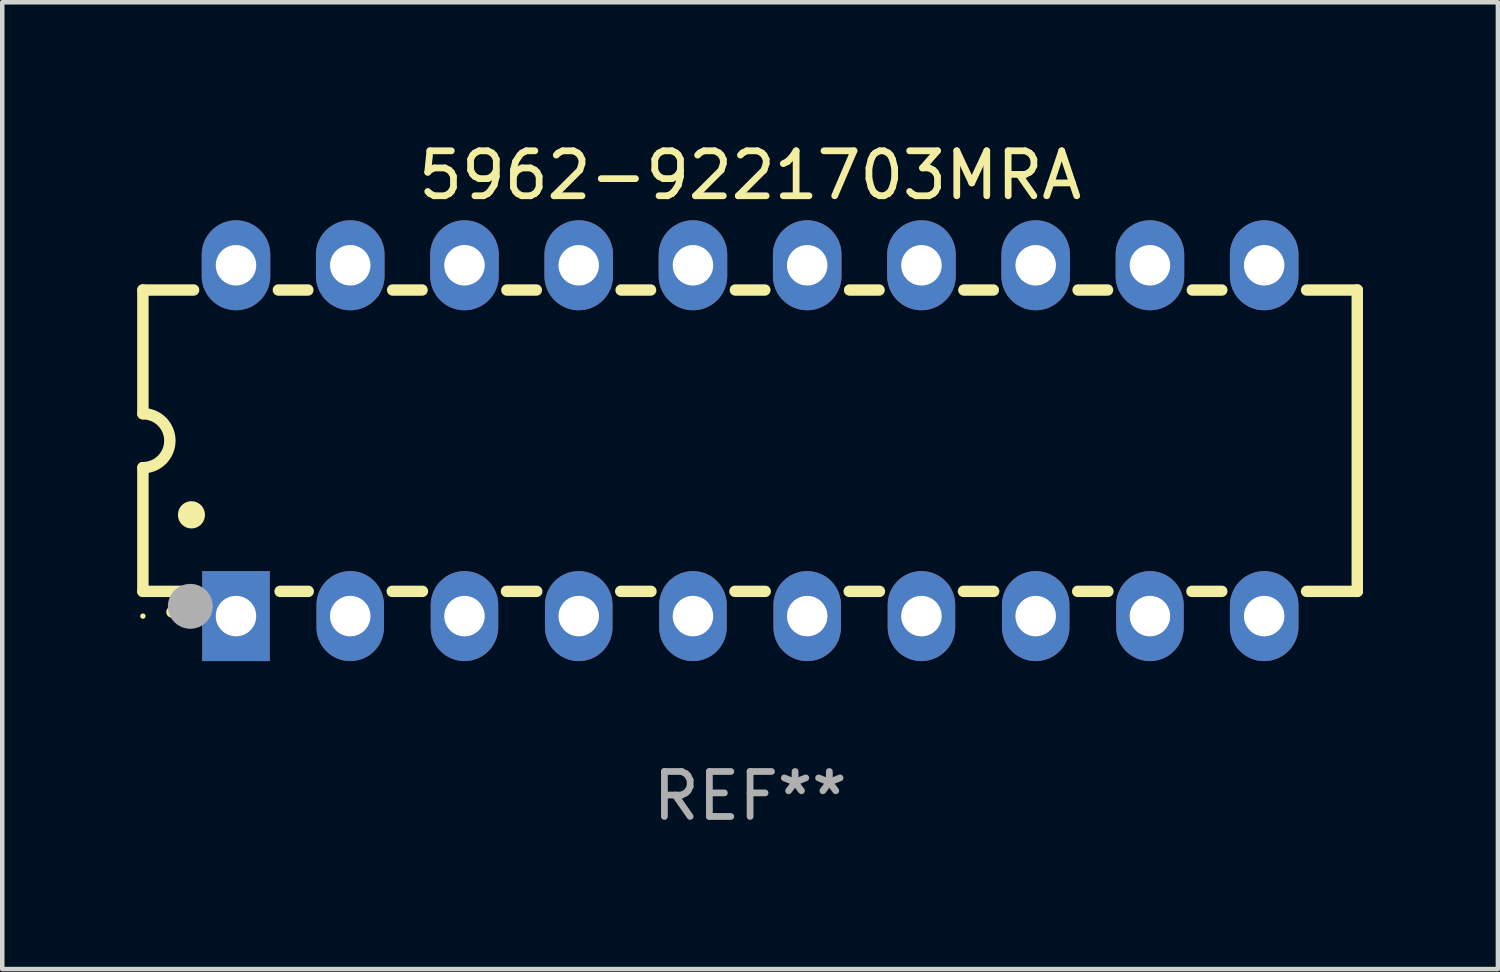
<source format=kicad_pcb>
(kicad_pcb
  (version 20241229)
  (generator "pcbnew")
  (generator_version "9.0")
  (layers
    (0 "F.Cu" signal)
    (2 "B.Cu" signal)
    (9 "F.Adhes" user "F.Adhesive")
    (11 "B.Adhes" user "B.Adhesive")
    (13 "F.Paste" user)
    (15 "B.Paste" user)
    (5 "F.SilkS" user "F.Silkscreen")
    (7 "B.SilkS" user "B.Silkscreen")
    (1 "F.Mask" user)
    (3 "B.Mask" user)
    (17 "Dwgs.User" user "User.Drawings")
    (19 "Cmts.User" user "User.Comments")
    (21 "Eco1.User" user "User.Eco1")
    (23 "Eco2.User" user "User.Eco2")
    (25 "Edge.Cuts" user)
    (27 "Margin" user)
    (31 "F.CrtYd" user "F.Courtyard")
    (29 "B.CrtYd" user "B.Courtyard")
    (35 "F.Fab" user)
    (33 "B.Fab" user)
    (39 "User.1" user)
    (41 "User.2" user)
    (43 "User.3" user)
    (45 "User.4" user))
  (footprint "5962-9221703MRA"
    (layer "F.Cu")
    (at 13.627 6.748)
    (property "Reference" "5962-9221703MRA" (at 0 -5.9 0) (layer "F.SilkS") (effects (font (size 1 1) (thickness 0.15))))
    (attr through_hole)
    (fp_line (start -13.5 -3.35) (end -12.373 -3.35) (stroke (width 0.254) (type solid)) (layer "F.SilkS"))
    (fp_line (start -13.5 -0.6) (end -13.5 -3.35) (stroke (width 0.254) (type solid)) (layer "F.SilkS"))
    (fp_line (start -13.5 3.35) (end -13.5 0.6) (stroke (width 0.254) (type solid)) (layer "F.SilkS"))
    (fp_line (start -13.5 3.35) (end -12.411 3.35) (stroke (width 0.254) (type solid)) (layer "F.SilkS"))
    (fp_line (start -10.487 -3.35) (end -9.833 -3.35) (stroke (width 0.254) (type solid)) (layer "F.SilkS"))
    (fp_line (start -10.449 3.35) (end -9.824 3.35) (stroke (width 0.254) (type solid)) (layer "F.SilkS"))
    (fp_line (start -7.956 3.35) (end -7.284 3.35) (stroke (width 0.254) (type solid)) (layer "F.SilkS"))
    (fp_line (start -7.947 -3.35) (end -7.293 -3.35) (stroke (width 0.254) (type solid)) (layer "F.SilkS"))
    (fp_line (start -5.416 3.35) (end -4.744 3.35) (stroke (width 0.254) (type solid)) (layer "F.SilkS"))
    (fp_line (start -5.407 -3.35) (end -4.753 -3.35) (stroke (width 0.254) (type solid)) (layer "F.SilkS"))
    (fp_line (start -2.876 3.35) (end -2.204 3.35) (stroke (width 0.254) (type solid)) (layer "F.SilkS"))
    (fp_line (start -2.867 -3.35) (end -2.213 -3.35) (stroke (width 0.254) (type solid)) (layer "F.SilkS"))
    (fp_line (start -0.336 3.35) (end 0.336 3.35) (stroke (width 0.254) (type solid)) (layer "F.SilkS"))
    (fp_line (start -0.327 -3.35) (end 0.327 -3.35) (stroke (width 0.254) (type solid)) (layer "F.SilkS"))
    (fp_line (start 2.204 3.35) (end 2.876 3.35) (stroke (width 0.254) (type solid)) (layer "F.SilkS"))
    (fp_line (start 2.213 -3.35) (end 2.867 -3.35) (stroke (width 0.254) (type solid)) (layer "F.SilkS"))
    (fp_line (start 4.744 3.35) (end 5.416 3.35) (stroke (width 0.254) (type solid)) (layer "F.SilkS"))
    (fp_line (start 4.753 -3.35) (end 5.407 -3.35) (stroke (width 0.254) (type solid)) (layer "F.SilkS"))
    (fp_line (start 7.284 3.35) (end 7.956 3.35) (stroke (width 0.254) (type solid)) (layer "F.SilkS"))
    (fp_line (start 7.293 -3.35) (end 7.947 -3.35) (stroke (width 0.254) (type solid)) (layer "F.SilkS"))
    (fp_line (start 9.824 3.35) (end 10.487 3.35) (stroke (width 0.254) (type solid)) (layer "F.SilkS"))
    (fp_line (start 9.833 -3.35) (end 10.487 -3.35) (stroke (width 0.254) (type solid)) (layer "F.SilkS"))
    (fp_line (start 12.373 -3.35) (end 13.5 -3.35) (stroke (width 0.254) (type solid)) (layer "F.SilkS"))
    (fp_line (start 12.373 3.35) (end 13.5 3.35) (stroke (width 0.254) (type solid)) (layer "F.SilkS"))
    (fp_line (start 13.5 -3.35) (end 13.5 3.35) (stroke (width 0.254) (type solid)) (layer "F.SilkS"))
    (fp_arc (start -13.500127 -0.599442) (mid -12.900406 0.000228) (end -13.500025 0.6) (stroke (width 0.254001) (type solid)) (layer "F.SilkS"))
    (fp_arc (start -12.854966 3.810008) (mid -12.854973 3.808738) (end -12.854966 3.807468) (stroke (width 0.25) (type solid)) (layer "F.SilkS"))
    (fp_arc (start -12.420625 1.651003) (mid -12.420636 1.648463) (end -12.420625 1.645923) (stroke (width 0.6) (type solid)) (layer "F.SilkS"))
    (fp_circle (center -13.5 3.9) (end -13.47 3.9) (stroke (width 0.06) (type solid)) (fill no) (layer "F.SilkS"))
    (fp_circle (center -12.446 3.683) (end -12.196 3.683) (stroke (width 0.5) (type solid)) (fill no) (layer "F.Fab"))
    (fp_text user "REF**" (at 0 7.9 0) (layer "F.Fab") (effects (font (size 1 1) (thickness 0.15))))
    (pad "1" thru_hole rect (at -11.43 3.9 90) (size 2 1.5) (drill 0.9) (layers "*.Cu" "*.Mask"))
    (pad "2" thru_hole oval (at -8.89 3.9 90) (size 2 1.5) (drill 0.9) (layers "*.Cu" "*.Mask"))
    (pad "3" thru_hole oval (at -6.35 3.9 90) (size 2 1.5) (drill 0.9) (layers "*.Cu" "*.Mask"))
    (pad "4" thru_hole oval (at -3.81 3.9 90) (size 2 1.5) (drill 0.9) (layers "*.Cu" "*.Mask"))
    (pad "5" thru_hole oval (at -1.27 3.9 90) (size 2 1.5) (drill 0.9) (layers "*.Cu" "*.Mask"))
    (pad "6" thru_hole oval (at 1.27 3.9 90) (size 2 1.5) (drill 0.9) (layers "*.Cu" "*.Mask"))
    (pad "7" thru_hole oval (at 3.81 3.9 90) (size 2 1.5) (drill 0.9) (layers "*.Cu" "*.Mask"))
    (pad "8" thru_hole oval (at 6.35 3.9 90) (size 2 1.5) (drill 0.9) (layers "*.Cu" "*.Mask"))
    (pad "9" thru_hole oval (at 8.89 3.9 90) (size 2 1.5) (drill 0.9) (layers "*.Cu" "*.Mask"))
    (pad "10" thru_hole oval (at 11.43 3.9 90) (size 2 1.524) (drill 0.9) (layers "*.Cu" "*.Mask"))
    (pad "11" thru_hole oval (at 11.43 -3.9 90) (size 2 1.524) (drill 0.9) (layers "*.Cu" "*.Mask"))
    (pad "12" thru_hole oval (at 8.89 -3.9 90) (size 2 1.524) (drill 0.9) (layers "*.Cu" "*.Mask"))
    (pad "13" thru_hole oval (at 6.35 -3.9 90) (size 2 1.524) (drill 0.9) (layers "*.Cu" "*.Mask"))
    (pad "14" thru_hole oval (at 3.81 -3.9 90) (size 2 1.524) (drill 0.9) (layers "*.Cu" "*.Mask"))
    (pad "15" thru_hole oval (at 1.27 -3.9 90) (size 2 1.524) (drill 0.9) (layers "*.Cu" "*.Mask"))
    (pad "16" thru_hole oval (at -1.27 -3.9 90) (size 2 1.524) (drill 0.9) (layers "*.Cu" "*.Mask"))
    (pad "17" thru_hole oval (at -3.81 -3.9 90) (size 2 1.524) (drill 0.9) (layers "*.Cu" "*.Mask"))
    (pad "18" thru_hole oval (at -6.35 -3.9 90) (size 2 1.524) (drill 0.9) (layers "*.Cu" "*.Mask"))
    (pad "19" thru_hole oval (at -8.89 -3.9 90) (size 2 1.524) (drill 0.9) (layers "*.Cu" "*.Mask"))
    (pad "20" thru_hole oval (at -11.43 -3.9 90) (size 2 1.524) (drill 0.9) (layers "*.Cu" "*.Mask")))
  (gr_rect
    (start -3 -3)
    (end 30.254 18.496)
    (stroke (width 0.1) (type default))
    (fill no)
    (layer "Edge.Cuts")))
</source>
